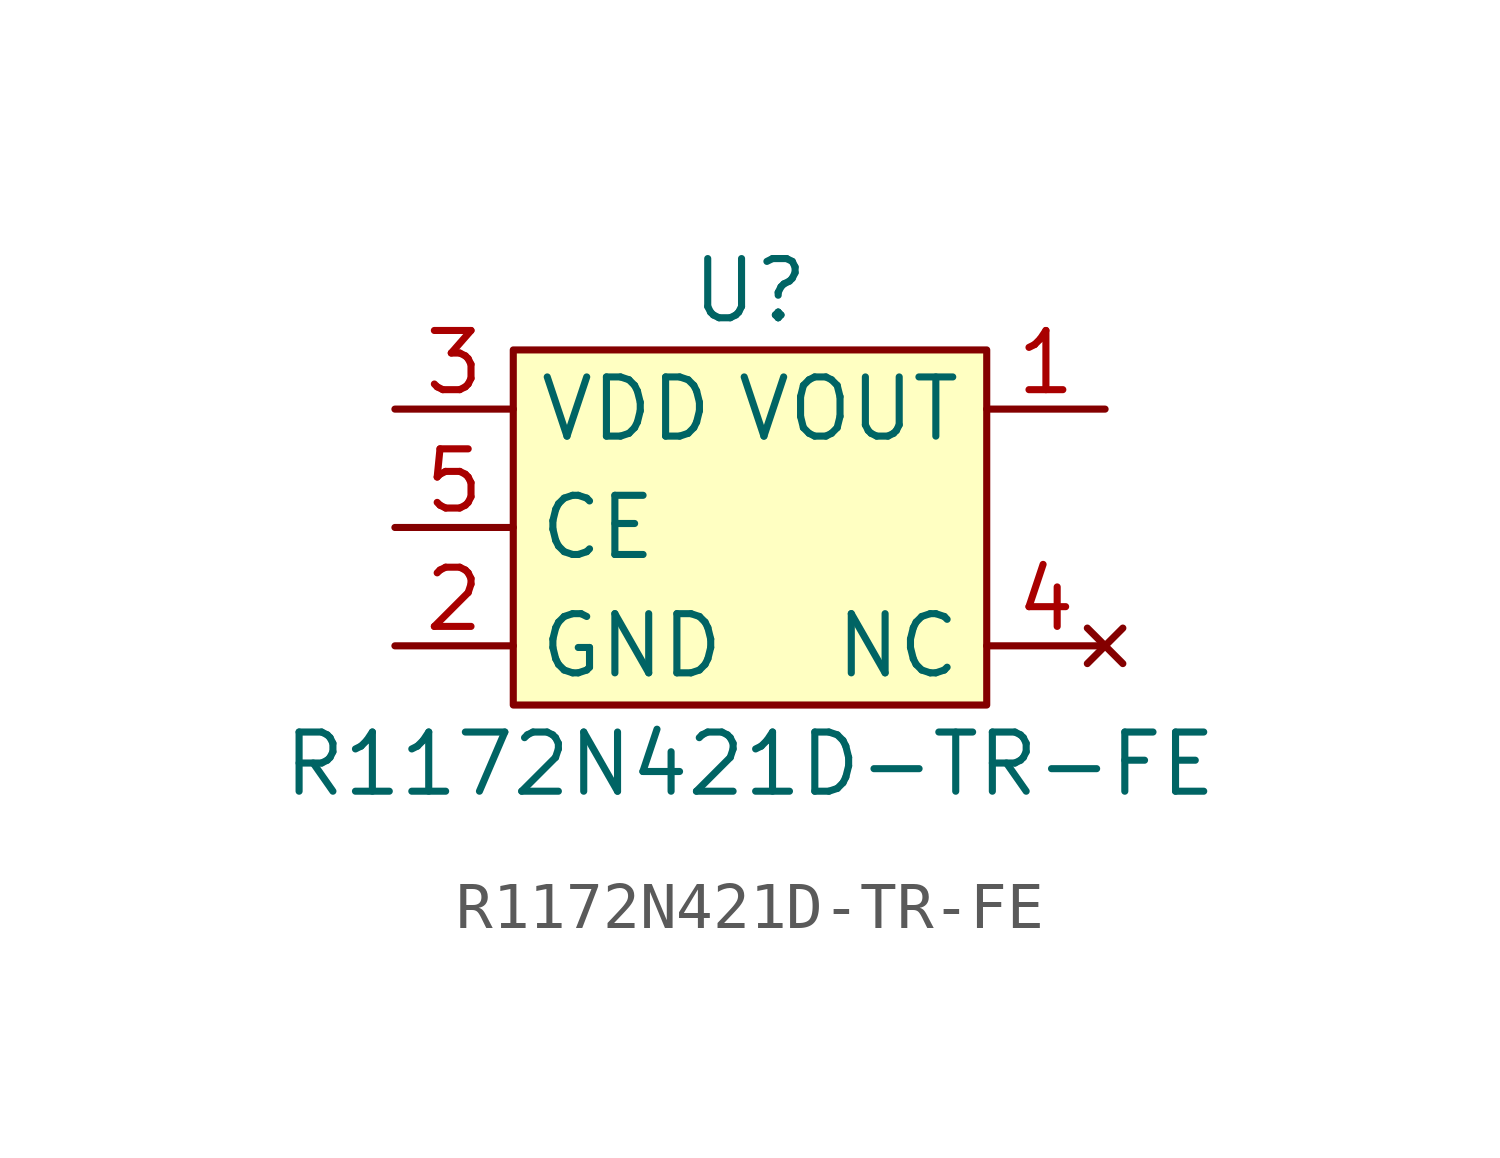
<source format=kicad_sym>
(kicad_symbol_lib
  (version 20220914)
  (generator kicad_symbol_editor)
  (symbol "R1172N421D-TR-FE"
    (property "Reference" "U"
      (at 0 5.08 0)
      (effects (font (size 1.27 1.27))))
    (property "Value" "R1172N421D-TR-FE"
      (at 0 -5.08 0)
      (effects (font (size 1.27 1.27))))
    (symbol "R1172N421D-TR-FE_1_1"
      (rectangle (start -5.08 3.81) (end 5.08 -3.81) (stroke (width 0) (type default)) (fill (type background)))
      (pin power_out line (at 7.62 2.54 180) (length 2.54) (name "VOUT" (effects (font (size 1.27 1.27)))) (number "1" (effects (font (size 1.27 1.27)))))
      (pin power_in line (at -7.62 -2.54 0) (length 2.54) (name "GND" (effects (font (size 1.27 1.27)))) (number "2" (effects (font (size 1.27 1.27)))))
      (pin power_in line (at -7.62 2.54 0) (length 2.54) (name "VDD" (effects (font (size 1.27 1.27)))) (number "3" (effects (font (size 1.27 1.27)))))
      (pin no_connect line (at 7.62 -2.54 180) (length 2.54) (name "NC" (effects (font (size 1.27 1.27)))) (number "4" (effects (font (size 1.27 1.27)))))
      (pin input line (at -7.62 0 0) (length 2.54) (name "CE" (effects (font (size 1.27 1.27)))) (number "5" (effects (font (size 1.27 1.27))))))))
</source>
